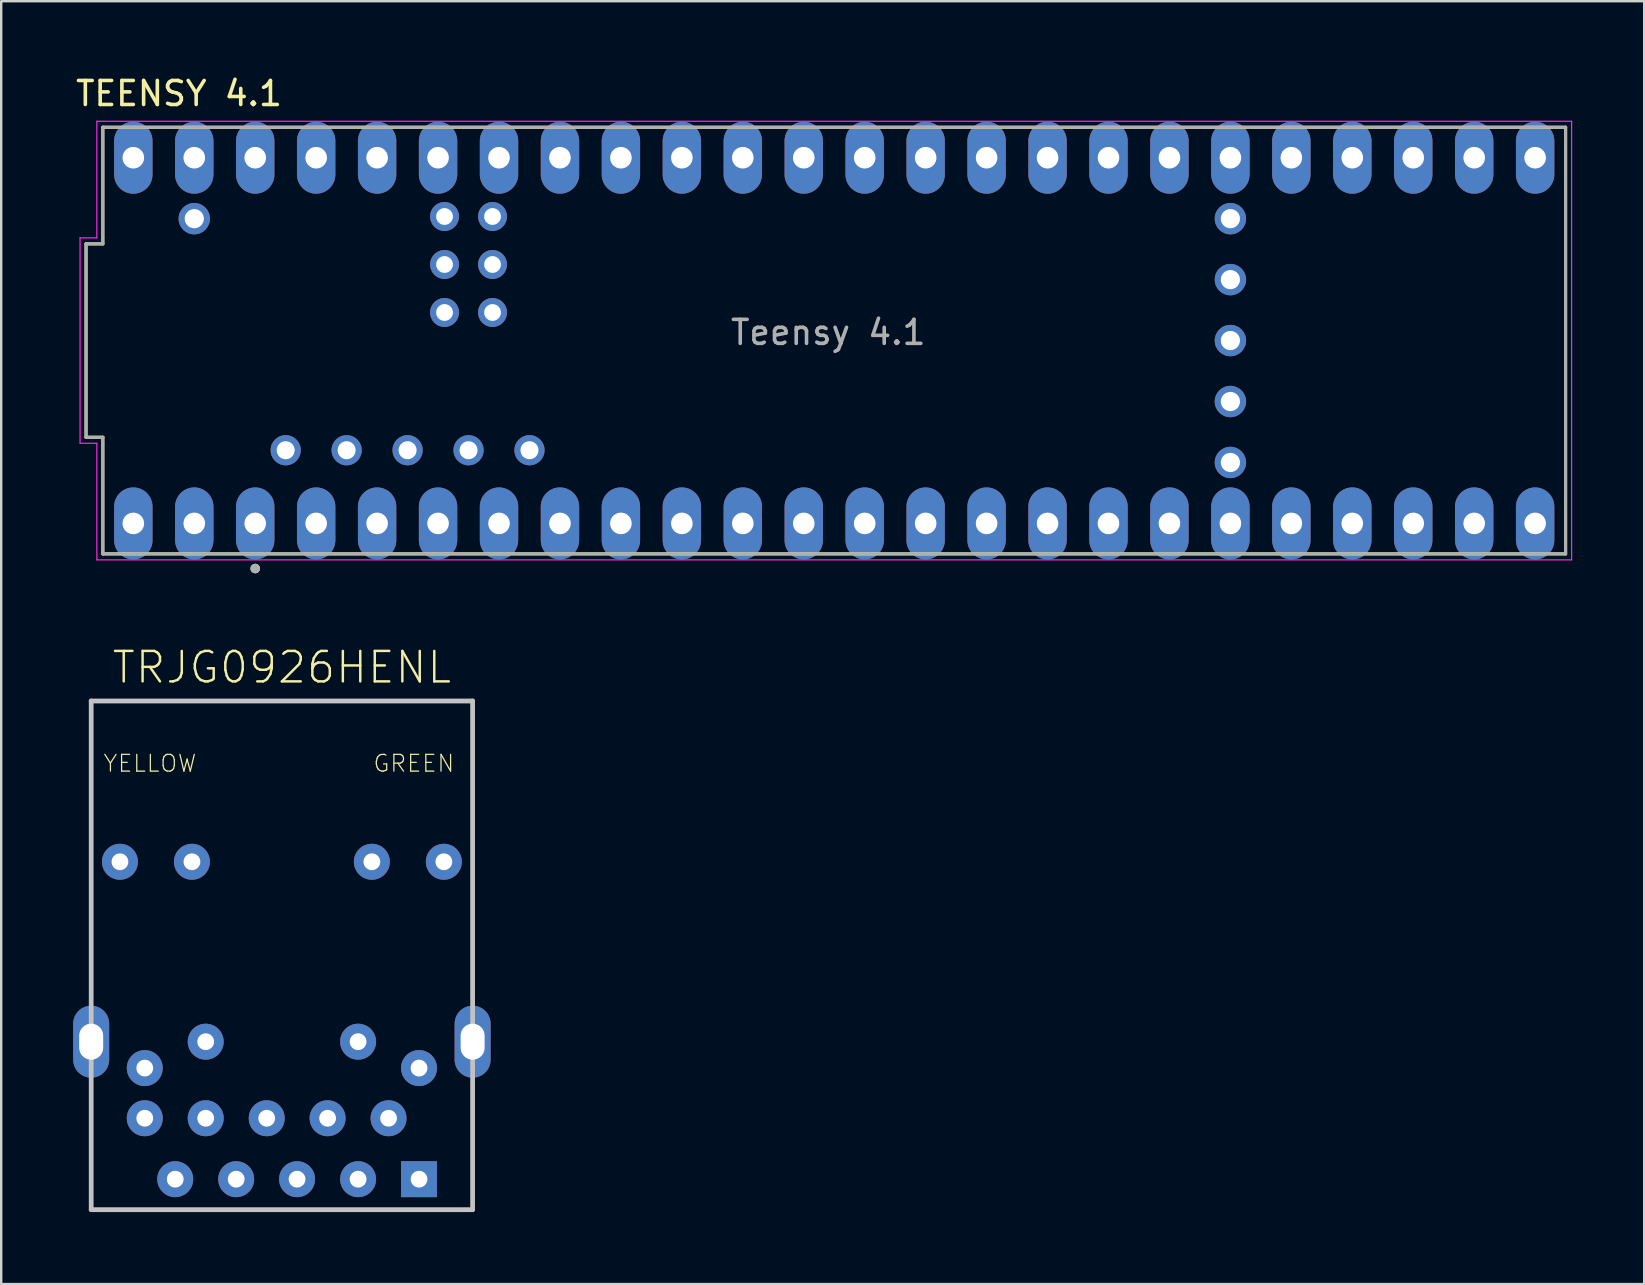
<source format=kicad_pcb>
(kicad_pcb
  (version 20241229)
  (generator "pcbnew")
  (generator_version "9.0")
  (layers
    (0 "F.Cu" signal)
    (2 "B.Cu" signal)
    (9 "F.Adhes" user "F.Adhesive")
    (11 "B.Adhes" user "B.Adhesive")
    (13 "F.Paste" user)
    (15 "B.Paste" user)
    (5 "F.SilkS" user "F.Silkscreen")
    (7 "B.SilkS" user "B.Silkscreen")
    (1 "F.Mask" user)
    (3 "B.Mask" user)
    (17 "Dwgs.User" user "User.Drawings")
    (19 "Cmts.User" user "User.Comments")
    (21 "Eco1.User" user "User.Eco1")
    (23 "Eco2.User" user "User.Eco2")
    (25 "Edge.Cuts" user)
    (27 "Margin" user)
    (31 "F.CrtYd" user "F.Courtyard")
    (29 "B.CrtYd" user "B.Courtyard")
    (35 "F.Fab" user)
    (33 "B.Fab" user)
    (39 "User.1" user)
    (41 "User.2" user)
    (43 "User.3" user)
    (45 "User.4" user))
  (footprint "TRJG0926HENL"
    (layer "F.Cu")
    (at 8.698 36.763)
    (property "Reference" "TRJG0926HENL" (at 0 -11.999 0) (layer "F.SilkS") (effects (font (size 1.27 1.27) (thickness 0.102))))
    (attr exclude_from_pos_files exclude_from_bom)
    (fp_line (start -7.948 -10.599) (end -7.948 10.599) (stroke (width 0.198) (type solid)) (layer "Dwgs.User"))
    (fp_line (start 7.948 -10.599) (end -7.948 -10.599) (stroke (width 0.198) (type solid)) (layer "Dwgs.User"))
    (fp_line (start 7.948 -10.599) (end 7.948 10.599) (stroke (width 0.198) (type solid)) (layer "Dwgs.User"))
    (fp_line (start 7.948 10.599) (end -7.948 10.599) (stroke (width 0.198) (type solid)) (layer "Dwgs.User"))
    (fp_text user "YELLOW" (at -5.499 -7.998 0) (layer "F.SilkS") (effects (font (size 0.699 0.699) (thickness 0.051))))
    (fp_text user "GREEN" (at 5.499 -7.998 0) (layer "F.SilkS") (effects (font (size 0.699 0.699) (thickness 0.051))))
    (pad "1" thru_hole rect (at 5.715 9.329) (size 1.499 1.499) (drill 0.699) (layers "*.Cu" "*.Paste" "*.Mask"))
    (pad "2" thru_hole circle (at 4.445 6.789) (size 1.499 1.499) (drill 0.699) (layers "*.Cu" "*.Paste" "*.Mask"))
    (pad "3" thru_hole circle (at 3.175 9.329) (size 1.499 1.499) (drill 0.699) (layers "*.Cu" "*.Paste" "*.Mask"))
    (pad "4" thru_hole circle (at 1.905 6.789) (size 1.499 1.499) (drill 0.699) (layers "*.Cu" "*.Paste" "*.Mask"))
    (pad "5" thru_hole circle (at 0.632 9.329) (size 1.499 1.499) (drill 0.699) (layers "*.Cu" "*.Paste" "*.Mask"))
    (pad "6" thru_hole circle (at -0.632 6.789) (size 1.499 1.499) (drill 0.699) (layers "*.Cu" "*.Paste" "*.Mask"))
    (pad "7" thru_hole circle (at -1.905 9.329) (size 1.499 1.499) (drill 0.699) (layers "*.Cu" "*.Paste" "*.Mask"))
    (pad "8" thru_hole circle (at -3.175 6.789) (size 1.499 1.499) (drill 0.699) (layers "*.Cu" "*.Paste" "*.Mask"))
    (pad "9" thru_hole circle (at -4.445 9.329) (size 1.499 1.499) (drill 0.699) (layers "*.Cu" "*.Paste" "*.Mask"))
    (pad "10" thru_hole circle (at -5.715 6.789) (size 1.499 1.499) (drill 0.699) (layers "*.Cu" "*.Paste" "*.Mask"))
    (pad "11" thru_hole circle (at 5.715 4.699) (size 1.499 1.499) (drill 0.699) (layers "*.Cu" "*.Paste" "*.Mask"))
    (pad "12" thru_hole circle (at 3.175 3.599) (size 1.499 1.499) (drill 0.699) (layers "*.Cu" "*.Paste" "*.Mask"))
    (pad "13" thru_hole circle (at -3.175 3.599) (size 1.499 1.499) (drill 0.699) (layers "*.Cu" "*.Paste" "*.Mask"))
    (pad "14" thru_hole circle (at -5.715 4.699) (size 1.499 1.499) (drill 0.699) (layers "*.Cu" "*.Paste" "*.Mask"))
    (pad "15" thru_hole circle (at -3.749 -3.899) (size 1.499 1.499) (drill 0.699) (layers "*.Cu" "*.Paste" "*.Mask"))
    (pad "16" thru_hole circle (at -6.749 -3.899) (size 1.499 1.499) (drill 0.699) (layers "*.Cu" "*.Paste" "*.Mask"))
    (pad "17" thru_hole circle (at 6.749 -3.899) (size 1.499 1.499) (drill 0.699) (layers "*.Cu" "*.Paste" "*.Mask"))
    (pad "18" thru_hole circle (at 3.749 -3.899) (size 1.499 1.499) (drill 0.699) (layers "*.Cu" "*.Paste" "*.Mask"))
    (pad "19" thru_hole oval (at 7.948 3.599 180) (size 1.5 3) (drill oval 1 1.5) (layers "*.Cu" "*.Paste" "*.Mask"))
    (pad "20" thru_hole oval (at -7.948 3.599 180) (size 1.5 3) (drill oval 1 1.5) (layers "*.Cu" "*.Paste" "*.Mask")))
  (footprint "TEENSY 4.1"
    (layer "F.Cu")
    (at 31.716 11.143)
    (property "Reference" "TEENSY 4.1" (at -27.305 -10.295 0) (layer "F.SilkS") (effects (font (size 1 1) (thickness 0.15))))
    (attr through_hole)
    (fp_line (start -31.18 4.03) (end -31.18 -4.03) (stroke (width 0.127) (type solid)) (layer "F.SilkS"))
    (fp_line (start -30.48 -8.89) (end -30.48 -4.03) (stroke (width 0.127) (type solid)) (layer "F.SilkS"))
    (fp_line (start -30.48 -8.89) (end 30.48 -8.89) (stroke (width 0.127) (type solid)) (layer "F.SilkS"))
    (fp_line (start -30.48 -4.03) (end -31.18 -4.03) (stroke (width 0.127) (type solid)) (layer "F.SilkS"))
    (fp_line (start -30.48 4.03) (end -31.18 4.03) (stroke (width 0.127) (type solid)) (layer "F.SilkS"))
    (fp_line (start -30.48 8.89) (end -30.48 4.03) (stroke (width 0.127) (type solid)) (layer "F.SilkS"))
    (fp_line (start 30.48 -8.89) (end 30.48 8.89) (stroke (width 0.127) (type solid)) (layer "F.SilkS"))
    (fp_line (start 30.48 8.89) (end -30.48 8.89) (stroke (width 0.127) (type solid)) (layer "F.SilkS"))
    (fp_circle (center -24.13 9.5) (end -24.03 9.5) (stroke (width 0.2) (type solid)) (fill no) (layer "F.SilkS"))
    (fp_line (start -31.43 4.28) (end -31.43 -4.28) (stroke (width 0.05) (type solid)) (layer "F.CrtYd"))
    (fp_line (start -30.73 -9.14) (end -30.73 -4.28) (stroke (width 0.05) (type solid)) (layer "F.CrtYd"))
    (fp_line (start -30.73 -9.14) (end 30.73 -9.14) (stroke (width 0.05) (type solid)) (layer "F.CrtYd"))
    (fp_line (start -30.73 -4.28) (end -31.43 -4.28) (stroke (width 0.05) (type solid)) (layer "F.CrtYd"))
    (fp_line (start -30.73 4.28) (end -31.43 4.28) (stroke (width 0.05) (type solid)) (layer "F.CrtYd"))
    (fp_line (start -30.73 9.14) (end -30.73 4.28) (stroke (width 0.05) (type solid)) (layer "F.CrtYd"))
    (fp_line (start 30.73 -9.14) (end 30.73 9.14) (stroke (width 0.05) (type solid)) (layer "F.CrtYd"))
    (fp_line (start 30.73 9.14) (end -30.73 9.14) (stroke (width 0.05) (type solid)) (layer "F.CrtYd"))
    (fp_line (start -31.18 4.03) (end -31.18 -4.03) (stroke (width 0.127) (type solid)) (layer "F.Fab"))
    (fp_line (start -30.48 -8.89) (end -30.48 -4.03) (stroke (width 0.127) (type solid)) (layer "F.Fab"))
    (fp_line (start -30.48 -8.89) (end 30.48 -8.89) (stroke (width 0.127) (type solid)) (layer "F.Fab"))
    (fp_line (start -30.48 -4.03) (end -31.18 -4.03) (stroke (width 0.127) (type solid)) (layer "F.Fab"))
    (fp_line (start -30.48 4.03) (end -31.18 4.03) (stroke (width 0.127) (type solid)) (layer "F.Fab"))
    (fp_line (start -30.48 8.89) (end -30.48 4.03) (stroke (width 0.127) (type solid)) (layer "F.Fab"))
    (fp_line (start 30.48 -8.89) (end 30.48 8.89) (stroke (width 0.127) (type solid)) (layer "F.Fab"))
    (fp_line (start 30.48 8.89) (end -30.48 8.89) (stroke (width 0.127) (type solid)) (layer "F.Fab"))
    (fp_circle (center -24.13 9.5) (end -24.03 9.5) (stroke (width 0.2) (type solid)) (fill no) (layer "F.Fab"))
    (fp_text user "Teensy 4.1" (at -0.25 -0.34 0) (layer "F.Fab") (effects (font (size 1 1) (thickness 0.15))))
    (pad "0" thru_hole oval (at -26.67 7.62) (size 1.6 3) (drill 0.9) (layers "*.Cu" "*.Mask"))
    (pad "1" thru_hole oval (at -24.13 7.62) (size 1.6 3) (drill 0.9) (layers "*.Cu" "*.Mask"))
    (pad "2" thru_hole oval (at -21.59 7.62) (size 1.6 3) (drill 0.9) (layers "*.Cu" "*.Mask"))
    (pad "3" thru_hole oval (at -19.05 7.62) (size 1.6 3) (drill 0.9) (layers "*.Cu" "*.Mask"))
    (pad "3.3V_1" thru_hole oval (at 6.35 7.62) (size 1.6 3) (drill 0.9) (layers "*.Cu" "*.Mask"))
    (pad "3.3V_2" thru_hole oval (at -24.13 -7.62) (size 1.6 3) (drill 0.9) (layers "*.Cu" "*.Mask"))
    (pad "3.3V_3" thru_hole circle (at 16.51 2.54) (size 1.308 1.308) (drill 0.8) (layers "*.Cu" "*.Mask"))
    (pad "4" thru_hole oval (at -16.51 7.62) (size 1.6 3) (drill 0.9) (layers "*.Cu" "*.Mask"))
    (pad "5" thru_hole oval (at -13.97 7.62) (size 1.6 3) (drill 0.9) (layers "*.Cu" "*.Mask"))
    (pad "5V" thru_hole circle (at -22.86 4.57) (size 1.258 1.258) (drill 0.75) (layers "*.Cu" "*.Mask"))
    (pad "6" thru_hole oval (at -11.43 7.62) (size 1.6 3) (drill 0.9) (layers "*.Cu" "*.Mask"))
    (pad "7" thru_hole oval (at -8.89 7.62) (size 1.6 3) (drill 0.9) (layers "*.Cu" "*.Mask"))
    (pad "8" thru_hole oval (at -6.35 7.62) (size 1.6 3) (drill 0.9) (layers "*.Cu" "*.Mask"))
    (pad "9" thru_hole oval (at -3.81 7.62) (size 1.6 3) (drill 0.9) (layers "*.Cu" "*.Mask"))
    (pad "10" thru_hole oval (at -1.27 7.62) (size 1.6 3) (drill 0.9) (layers "*.Cu" "*.Mask"))
    (pad "11" thru_hole oval (at 1.27 7.62) (size 1.6 3) (drill 0.9) (layers "*.Cu" "*.Mask"))
    (pad "12" thru_hole oval (at 3.81 7.62) (size 1.6 3) (drill 0.9) (layers "*.Cu" "*.Mask"))
    (pad "13" thru_hole oval (at 3.81 -7.62) (size 1.6 3) (drill 0.9) (layers "*.Cu" "*.Mask"))
    (pad "14" thru_hole oval (at 1.27 -7.62) (size 1.6 3) (drill 0.9) (layers "*.Cu" "*.Mask"))
    (pad "15" thru_hole oval (at -1.27 -7.62) (size 1.6 3) (drill 0.9) (layers "*.Cu" "*.Mask"))
    (pad "16" thru_hole oval (at -3.81 -7.62) (size 1.6 3) (drill 0.9) (layers "*.Cu" "*.Mask"))
    (pad "17" thru_hole oval (at -6.35 -7.62) (size 1.6 3) (drill 0.9) (layers "*.Cu" "*.Mask"))
    (pad "18" thru_hole oval (at -8.89 -7.62) (size 1.6 3) (drill 0.9) (layers "*.Cu" "*.Mask"))
    (pad "19" thru_hole oval (at -11.43 -7.62) (size 1.6 3) (drill 0.9) (layers "*.Cu" "*.Mask"))
    (pad "20" thru_hole oval (at -13.97 -7.62) (size 1.6 3) (drill 0.9) (layers "*.Cu" "*.Mask"))
    (pad "21" thru_hole oval (at -16.51 -7.62) (size 1.6 3) (drill 0.9) (layers "*.Cu" "*.Mask"))
    (pad "22" thru_hole oval (at -19.05 -7.62) (size 1.6 3) (drill 0.9) (layers "*.Cu" "*.Mask"))
    (pad "23" thru_hole oval (at -21.59 -7.62) (size 1.6 3) (drill 0.9) (layers "*.Cu" "*.Mask"))
    (pad "24" thru_hole oval (at 8.89 7.62) (size 1.6 3) (drill 0.9) (layers "*.Cu" "*.Mask"))
    (pad "25" thru_hole oval (at 11.43 7.62) (size 1.6 3) (drill 0.9) (layers "*.Cu" "*.Mask"))
    (pad "26" thru_hole oval (at 13.97 7.62) (size 1.6 3) (drill 0.9) (layers "*.Cu" "*.Mask"))
    (pad "27" thru_hole oval (at 16.51 7.62) (size 1.6 3) (drill 0.9) (layers "*.Cu" "*.Mask"))
    (pad "28" thru_hole oval (at 19.05 7.62) (size 1.6 3) (drill 0.9) (layers "*.Cu" "*.Mask"))
    (pad "29" thru_hole oval (at 21.59 7.62) (size 1.6 3) (drill 0.9) (layers "*.Cu" "*.Mask"))
    (pad "30" thru_hole oval (at 24.13 7.62) (size 1.6 3) (drill 0.9) (layers "*.Cu" "*.Mask"))
    (pad "31" thru_hole oval (at 26.67 7.62) (size 1.6 3) (drill 0.9) (layers "*.Cu" "*.Mask"))
    (pad "32" thru_hole oval (at 29.21 7.62) (size 1.6 3) (drill 0.9) (layers "*.Cu" "*.Mask"))
    (pad "33" thru_hole oval (at 29.21 -7.62) (size 1.6 3) (drill 0.9) (layers "*.Cu" "*.Mask"))
    (pad "34" thru_hole oval (at 26.67 -7.62) (size 1.6 3) (drill 0.9) (layers "*.Cu" "*.Mask"))
    (pad "35" thru_hole oval (at 24.13 -7.62) (size 1.6 3) (drill 0.9) (layers "*.Cu" "*.Mask"))
    (pad "36" thru_hole oval (at 21.59 -7.62) (size 1.6 3) (drill 0.9) (layers "*.Cu" "*.Mask"))
    (pad "37" thru_hole oval (at 19.05 -7.62) (size 1.6 3) (drill 0.9) (layers "*.Cu" "*.Mask"))
    (pad "38" thru_hole oval (at 16.51 -7.62) (size 1.6 3) (drill 0.9) (layers "*.Cu" "*.Mask"))
    (pad "39" thru_hole oval (at 13.97 -7.62) (size 1.6 3) (drill 0.9) (layers "*.Cu" "*.Mask"))
    (pad "40" thru_hole oval (at 11.43 -7.62) (size 1.6 3) (drill 0.9) (layers "*.Cu" "*.Mask"))
    (pad "41" thru_hole oval (at 8.89 -7.62) (size 1.6 3) (drill 0.9) (layers "*.Cu" "*.Mask"))
    (pad "D+" thru_hole circle (at -17.78 4.57) (size 1.258 1.258) (drill 0.75) (layers "*.Cu" "*.Mask"))
    (pad "D-" thru_hole circle (at -20.32 4.57) (size 1.258 1.258) (drill 0.75) (layers "*.Cu" "*.Mask"))
    (pad "GND1" thru_hole oval (at -29.21 7.62) (size 1.6 3) (drill 0.9) (layers "*.Cu" "*.Mask"))
    (pad "GND2" thru_hole oval (at 6.35 -7.62) (size 1.6 3) (drill 0.9) (layers "*.Cu" "*.Mask"))
    (pad "GND3" thru_hole oval (at -26.67 -7.62) (size 1.6 3) (drill 0.9) (layers "*.Cu" "*.Mask"))
    (pad "GND4" thru_hole circle (at 16.51 0) (size 1.308 1.308) (drill 0.8) (layers "*.Cu" "*.Mask"))
    (pad "GND5" thru_hole circle (at -14.24 -3.17) (size 1.208 1.208) (drill 0.7) (layers "*.Cu" "*.Mask"))
    (pad "LED" thru_hole circle (at -16.24 -3.17) (size 1.208 1.208) (drill 0.7) (layers "*.Cu" "*.Mask"))
    (pad "ON/OFF" thru_hole circle (at 16.51 -5.08) (size 1.308 1.308) (drill 0.8) (layers "*.Cu" "*.Mask"))
    (pad "PROGRAM" thru_hole circle (at 16.51 -2.54) (size 1.308 1.308) (drill 0.8) (layers "*.Cu" "*.Mask"))
    (pad "R+" thru_hole circle (at -16.24 -5.17) (size 1.208 1.208) (drill 0.7) (layers "*.Cu" "*.Mask"))
    (pad "R-" thru_hole circle (at -14.24 -5.17) (size 1.208 1.208) (drill 0.7) (layers "*.Cu" "*.Mask"))
    (pad "T+" thru_hole circle (at -14.24 -1.17) (size 1.208 1.208) (drill 0.7) (layers "*.Cu" "*.Mask"))
    (pad "T-" thru_hole circle (at -16.24 -1.17) (size 1.208 1.208) (drill 0.7) (layers "*.Cu" "*.Mask"))
    (pad "USB_GND1" thru_hole circle (at -15.24 4.57) (size 1.258 1.258) (drill 0.75) (layers "*.Cu" "*.Mask"))
    (pad "USB_GND2" thru_hole circle (at -12.7 4.57) (size 1.258 1.258) (drill 0.75) (layers "*.Cu" "*.Mask"))
    (pad "VBAT" thru_hole circle (at 16.51 5.08) (size 1.308 1.308) (drill 0.8) (layers "*.Cu" "*.Mask"))
    (pad "VIN" thru_hole oval (at -29.21 -7.62) (size 1.6 3) (drill 0.9) (layers "*.Cu" "*.Mask"))
    (pad "VUSB" thru_hole circle (at -26.67 -5.08) (size 1.308 1.308) (drill 0.8) (layers "*.Cu" "*.Mask")))
  (gr_rect
    (start -3 -3)
    (end 65.471 50.462)
    (stroke (width 0.1) (type default))
    (fill no)
    (layer "Edge.Cuts")))
</source>
